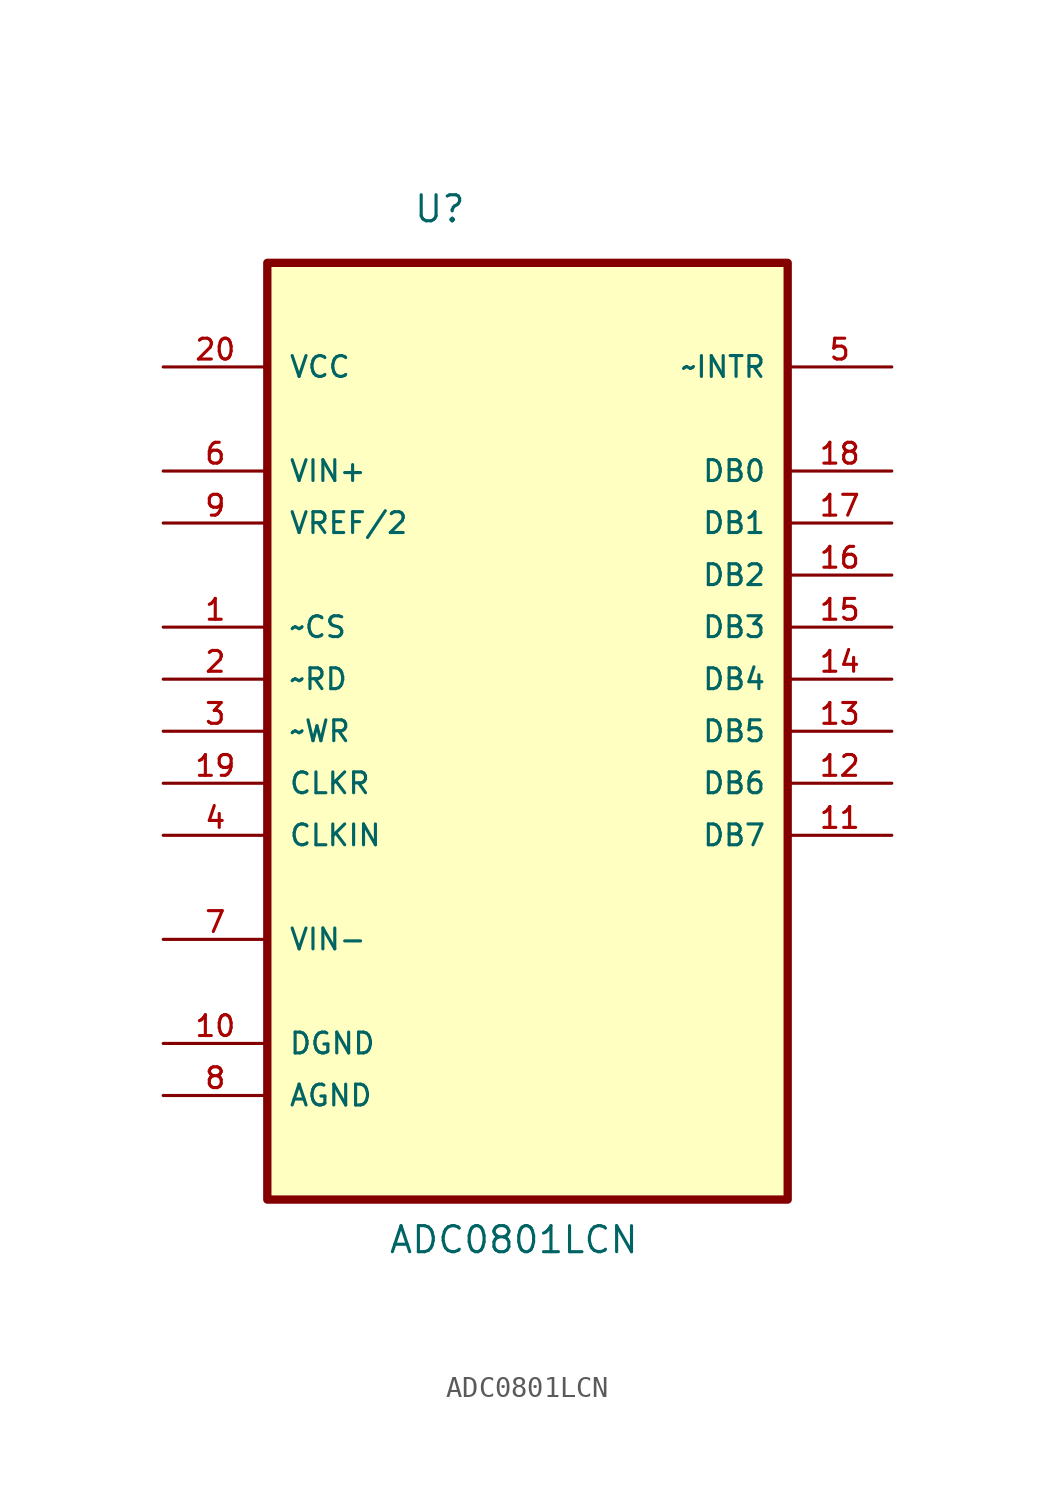
<source format=kicad_sym>
(kicad_symbol_lib
  (version 20211014)
  (generator kicad_symbol_editor)
  (symbol "ADC0801LCN"
    (pin_names
      (offset 1.016))
    (property "Reference" "U"
      (at -5.591 22.21 0.0)
      (effects (font (size 1.27 1.27)) (justify bottom left)))
    (property "Value" "ADC0801LCN"
      (at -6.817 -28.107 0.0)
      (effects (font (size 1.27 1.27)) (justify bottom left)))
    (symbol "ADC0801LCN_0_0"
      (rectangle (start -12.7 -25.4) (end 12.7 20.32) (stroke (width 0.406)) (fill (type background)))
      (pin power_in line (at -17.78 15.24 0) (length 5.08) (name "VCC" (effects (font (size 1.016 1.016)))) (number "20" (effects (font (size 1.016 1.016)))))
      (pin power_in line (at -17.78 10.16 0) (length 5.08) (name "VIN+" (effects (font (size 1.016 1.016)))) (number "6" (effects (font (size 1.016 1.016)))))
      (pin power_in line (at -17.78 7.62 0) (length 5.08) (name "VREF/2" (effects (font (size 1.016 1.016)))) (number "9" (effects (font (size 1.016 1.016)))))
      (pin input line (at -17.78 2.54 0) (length 5.08) (name "~CS" (effects (font (size 1.016 1.016)))) (number "1" (effects (font (size 1.016 1.016)))))
      (pin input line (at -17.78 0.0 0) (length 5.08) (name "~RD" (effects (font (size 1.016 1.016)))) (number "2" (effects (font (size 1.016 1.016)))))
      (pin input line (at -17.78 -2.54 0) (length 5.08) (name "~WR" (effects (font (size 1.016 1.016)))) (number "3" (effects (font (size 1.016 1.016)))))
      (pin input line (at -17.78 -5.08 0) (length 5.08) (name "CLKR" (effects (font (size 1.016 1.016)))) (number "19" (effects (font (size 1.016 1.016)))))
      (pin input line (at -17.78 -7.62 0) (length 5.08) (name "CLKIN" (effects (font (size 1.016 1.016)))) (number "4" (effects (font (size 1.016 1.016)))))
      (pin power_in line (at -17.78 -12.7 0) (length 5.08) (name "VIN-" (effects (font (size 1.016 1.016)))) (number "7" (effects (font (size 1.016 1.016)))))
      (pin passive line (at -17.78 -17.78 0) (length 5.08) (name "DGND" (effects (font (size 1.016 1.016)))) (number "10" (effects (font (size 1.016 1.016)))))
      (pin passive line (at -17.78 -20.32 0) (length 5.08) (name "AGND" (effects (font (size 1.016 1.016)))) (number "8" (effects (font (size 1.016 1.016)))))
      (pin output line (at 17.78 15.24 180.0) (length 5.08) (name "~INTR" (effects (font (size 1.016 1.016)))) (number "5" (effects (font (size 1.016 1.016)))))
      (pin output line (at 17.78 10.16 180.0) (length 5.08) (name "DB0" (effects (font (size 1.016 1.016)))) (number "18" (effects (font (size 1.016 1.016)))))
      (pin output line (at 17.78 7.62 180.0) (length 5.08) (name "DB1" (effects (font (size 1.016 1.016)))) (number "17" (effects (font (size 1.016 1.016)))))
      (pin output line (at 17.78 5.08 180.0) (length 5.08) (name "DB2" (effects (font (size 1.016 1.016)))) (number "16" (effects (font (size 1.016 1.016)))))
      (pin output line (at 17.78 2.54 180.0) (length 5.08) (name "DB3" (effects (font (size 1.016 1.016)))) (number "15" (effects (font (size 1.016 1.016)))))
      (pin output line (at 17.78 0.0 180.0) (length 5.08) (name "DB4" (effects (font (size 1.016 1.016)))) (number "14" (effects (font (size 1.016 1.016)))))
      (pin output line (at 17.78 -2.54 180.0) (length 5.08) (name "DB5" (effects (font (size 1.016 1.016)))) (number "13" (effects (font (size 1.016 1.016)))))
      (pin output line (at 17.78 -5.08 180.0) (length 5.08) (name "DB6" (effects (font (size 1.016 1.016)))) (number "12" (effects (font (size 1.016 1.016)))))
      (pin output line (at 17.78 -7.62 180.0) (length 5.08) (name "DB7" (effects (font (size 1.016 1.016)))) (number "11" (effects (font (size 1.016 1.016))))))))
</source>
